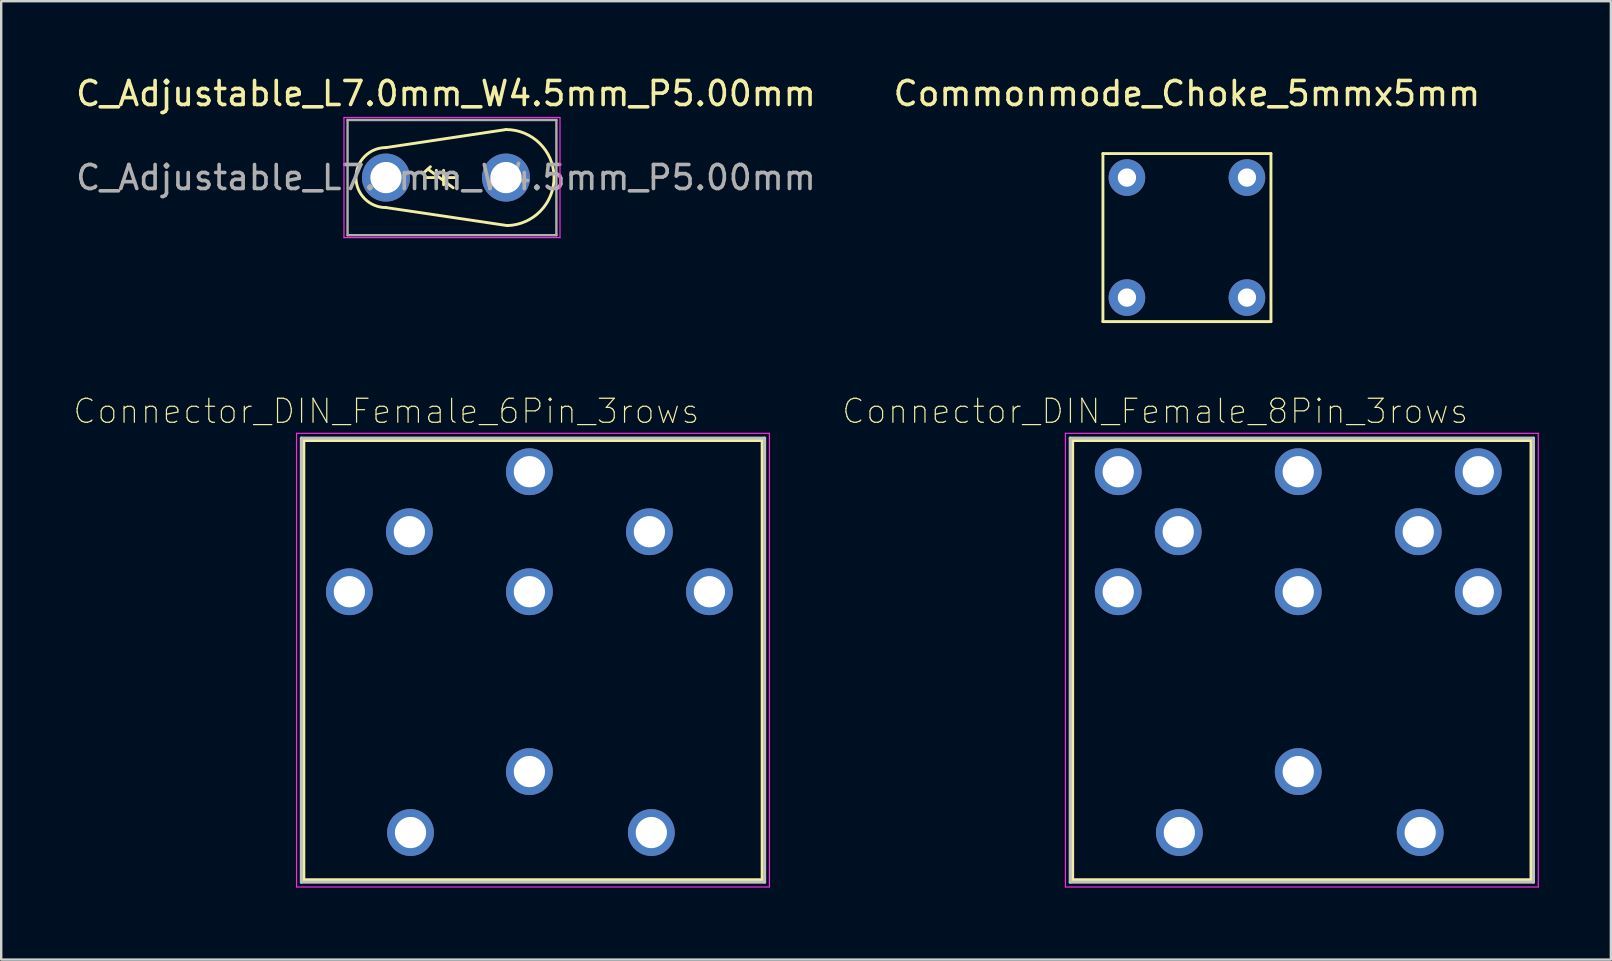
<source format=kicad_pcb>
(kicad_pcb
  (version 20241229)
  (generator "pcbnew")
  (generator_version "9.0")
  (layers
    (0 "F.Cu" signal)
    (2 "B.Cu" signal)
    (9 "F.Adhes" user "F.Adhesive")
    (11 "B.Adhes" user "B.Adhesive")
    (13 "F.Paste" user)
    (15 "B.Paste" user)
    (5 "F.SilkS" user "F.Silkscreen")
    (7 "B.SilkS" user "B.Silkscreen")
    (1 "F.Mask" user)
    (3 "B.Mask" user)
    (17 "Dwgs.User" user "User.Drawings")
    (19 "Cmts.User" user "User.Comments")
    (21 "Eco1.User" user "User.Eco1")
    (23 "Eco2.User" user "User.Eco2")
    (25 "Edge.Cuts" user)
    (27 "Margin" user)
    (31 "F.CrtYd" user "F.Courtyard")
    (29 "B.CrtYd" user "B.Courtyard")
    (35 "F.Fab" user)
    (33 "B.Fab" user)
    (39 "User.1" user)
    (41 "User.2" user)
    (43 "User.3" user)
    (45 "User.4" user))
  (footprint "Commonmode_Choke_5mmx5mm"
    (layer "F.Cu")
    (at 46.399 6.848)
    (property "Reference" "Commonmode_Choke_5mmx5mm" (at 0 -6 0) (layer "F.SilkS") (effects (font (size 1 1) (thickness 0.15))))
    (attr through_hole)
    (fp_line (start -3.5 -3.5) (end 3.5 -3.5) (stroke (width 0.12) (type solid)) (layer "F.SilkS"))
    (fp_line (start -3.5 3.5) (end -3.5 -3.5) (stroke (width 0.12) (type solid)) (layer "F.SilkS"))
    (fp_line (start 3.5 -3.5) (end 3.5 3.5) (stroke (width 0.12) (type solid)) (layer "F.SilkS"))
    (fp_line (start 3.5 3.5) (end -3.5 3.5) (stroke (width 0.12) (type solid)) (layer "F.SilkS"))
    (pad "1" thru_hole circle (at 2.5 -2.5) (size 1.524 1.524) (drill 0.762) (layers "*.Cu" "*.Mask"))
    (pad "2" thru_hole circle (at -2.5 2.5) (size 1.524 1.524) (drill 0.762) (layers "*.Cu" "*.Mask"))
    (pad "3" thru_hole circle (at -2.5 -2.5) (size 1.524 1.524) (drill 0.762) (layers "*.Cu" "*.Mask"))
    (pad "4" thru_hole circle (at 2.5 2.5) (size 1.524 1.524) (drill 0.762) (layers "*.Cu" "*.Mask")))
  (footprint "Connector_DIN_Female_8Pin_3rows"
    (layer "F.Cu")
    (at 51.036 21.602)
    (property "Reference" "Connector_DIN_Female_8Pin_3rows" (at -5.96 -7.52 180) (layer "F.SilkS") (effects (font (size 1.002 1.002) (thickness 0.05))))
    (attr through_hole)
    (fp_line (start -9.4 -6.3) (end -9.4 12) (stroke (width 0.127) (type solid)) (layer "F.SilkS"))
    (fp_line (start -9.4 -6.3) (end 9.7 -6.3) (stroke (width 0.127) (type solid)) (layer "F.SilkS"))
    (fp_line (start -9.4 12) (end 9.7 12) (stroke (width 0.127) (type solid)) (layer "F.SilkS"))
    (fp_line (start 9.7 12) (end 9.7 -6.3) (stroke (width 0.127) (type solid)) (layer "F.SilkS"))
    (fp_line (start -9.5 -6.4) (end -9.5 12.1) (stroke (width 0.127) (type solid)) (layer "Dwgs.User"))
    (fp_line (start -9.5 12.1) (end 9.8 12.1) (stroke (width 0.127) (type solid)) (layer "Dwgs.User"))
    (fp_line (start 9.8 -6.4) (end -9.5 -6.4) (stroke (width 0.127) (type solid)) (layer "Dwgs.User"))
    (fp_line (start 9.8 12.1) (end 9.8 -6.4) (stroke (width 0.127) (type solid)) (layer "Dwgs.User"))
    (fp_line (start -9.7 -6.6) (end 10 -6.6) (stroke (width 0.05) (type solid)) (layer "F.CrtYd"))
    (fp_line (start -9.7 12.3) (end -9.7 -6.6) (stroke (width 0.05) (type solid)) (layer "F.CrtYd"))
    (fp_line (start 10 -6.6) (end 10 12.3) (stroke (width 0.05) (type solid)) (layer "F.CrtYd"))
    (fp_line (start 10 12.3) (end -9.7 12.3) (stroke (width 0.05) (type solid)) (layer "F.CrtYd"))
    (pad "0" thru_hole circle (at -4.953 10.033) (size 1.95 1.95) (drill 1.3) (layers "*.Cu" "*.Mask"))
    (pad "0" thru_hole circle (at 0 7.493) (size 1.95 1.95) (drill 1.3) (layers "*.Cu" "*.Mask"))
    (pad "0" thru_hole circle (at 5.08 10.033) (size 1.95 1.95) (drill 1.3) (layers "*.Cu" "*.Mask"))
    (pad "1" thru_hole circle (at 7.5 0) (size 1.95 1.95) (drill 1.3) (layers "*.Cu" "*.Mask"))
    (pad "2" thru_hole circle (at 0 0) (size 1.95 1.95) (drill 1.3) (layers "*.Cu" "*.Mask"))
    (pad "3" thru_hole circle (at -7.5 0) (size 1.95 1.95) (drill 1.3) (layers "*.Cu" "*.Mask"))
    (pad "4" thru_hole circle (at 5 -2.5) (size 1.95 1.95) (drill 1.3) (layers "*.Cu" "*.Mask"))
    (pad "5" thru_hole circle (at -5 -2.5) (size 1.95 1.95) (drill 1.3) (layers "*.Cu" "*.Mask"))
    (pad "6" thru_hole circle (at 0 -5) (size 1.95 1.95) (drill 1.3) (layers "*.Cu" "*.Mask"))
    (pad "7" thru_hole circle (at 7.5 -5) (size 1.95 1.95) (drill 1.3) (layers "*.Cu" "*.Mask"))
    (pad "8" thru_hole circle (at -7.5 -5) (size 1.95 1.95) (drill 1.3) (layers "*.Cu" "*.Mask")))
  (footprint "Connector_DIN_Female_6Pin_3rows"
    (layer "F.Cu")
    (at 19.005 21.602)
    (property "Reference" "Connector_DIN_Female_6Pin_3rows" (at -5.96 -7.52 180) (layer "F.SilkS") (effects (font (size 1.002 1.002) (thickness 0.05))))
    (attr through_hole)
    (fp_line (start -9.4 -6.3) (end -9.4 12) (stroke (width 0.127) (type solid)) (layer "F.SilkS"))
    (fp_line (start -9.4 -6.3) (end 9.7 -6.3) (stroke (width 0.127) (type solid)) (layer "F.SilkS"))
    (fp_line (start -9.4 12) (end 9.7 12) (stroke (width 0.127) (type solid)) (layer "F.SilkS"))
    (fp_line (start 9.7 12) (end 9.7 -6.3) (stroke (width 0.127) (type solid)) (layer "F.SilkS"))
    (fp_line (start -9.5 -6.4) (end -9.5 12.1) (stroke (width 0.127) (type solid)) (layer "Dwgs.User"))
    (fp_line (start -9.5 12.1) (end 9.8 12.1) (stroke (width 0.127) (type solid)) (layer "Dwgs.User"))
    (fp_line (start 9.8 -6.4) (end -9.5 -6.4) (stroke (width 0.127) (type solid)) (layer "Dwgs.User"))
    (fp_line (start 9.8 12.1) (end 9.8 -6.4) (stroke (width 0.127) (type solid)) (layer "Dwgs.User"))
    (fp_line (start -9.7 -6.6) (end 10 -6.6) (stroke (width 0.05) (type solid)) (layer "F.CrtYd"))
    (fp_line (start -9.7 12.3) (end -9.7 -6.6) (stroke (width 0.05) (type solid)) (layer "F.CrtYd"))
    (fp_line (start 10 -6.6) (end 10 12.3) (stroke (width 0.05) (type solid)) (layer "F.CrtYd"))
    (fp_line (start 10 12.3) (end -9.7 12.3) (stroke (width 0.05) (type solid)) (layer "F.CrtYd"))
    (pad "0" thru_hole circle (at -4.953 10.033) (size 1.95 1.95) (drill 1.3) (layers "*.Cu" "*.Mask"))
    (pad "0" thru_hole circle (at 0 7.493) (size 1.95 1.95) (drill 1.3) (layers "*.Cu" "*.Mask"))
    (pad "0" thru_hole circle (at 5.08 10.033) (size 1.95 1.95) (drill 1.3) (layers "*.Cu" "*.Mask"))
    (pad "1" thru_hole circle (at 7.5 0) (size 1.95 1.95) (drill 1.3) (layers "*.Cu" "*.Mask"))
    (pad "2" thru_hole circle (at 5 -2.5) (size 1.95 1.95) (drill 1.3) (layers "*.Cu" "*.Mask"))
    (pad "3" thru_hole circle (at 0 0) (size 1.95 1.95) (drill 1.3) (layers "*.Cu" "*.Mask"))
    (pad "4" thru_hole circle (at -5 -2.5) (size 1.95 1.95) (drill 1.3) (layers "*.Cu" "*.Mask"))
    (pad "5" thru_hole circle (at -7.5 0) (size 1.95 1.95) (drill 1.3) (layers "*.Cu" "*.Mask"))
    (pad "6" thru_hole circle (at 0 -5) (size 1.95 1.95) (drill 1.3) (layers "*.Cu" "*.Mask")))
  (footprint "C_Adjustable_L7.0mm_W4.5mm_P5.00mm"
    (layer "F.Cu")
    (at 13.03 4.348)
    (property "Reference" "C_Adjustable_L7.0mm_W4.5mm_P5.00mm" (at 2.5 -3.5 0) (layer "F.SilkS") (effects (font (size 1 1) (thickness 0.15))))
    (attr through_hole)
    (fp_line (start 1.575 -0.2) (end 1.85 -0.45) (stroke (width 0.12) (type solid)) (layer "F.SilkS"))
    (fp_line (start 1.625 0) (end 2.1 0) (stroke (width 0.12) (type solid)) (layer "F.SilkS"))
    (fp_line (start 1.75 -0.35) (end 2.8 0.425) (stroke (width 0.12) (type solid)) (layer "F.SilkS"))
    (fp_line (start 2.1 -0.3) (end 2.1 0.3) (stroke (width 0.12) (type solid)) (layer "F.SilkS"))
    (fp_line (start 2.4 0.3) (end 2.4 -0.3) (stroke (width 0.12) (type solid)) (layer "F.SilkS"))
    (fp_line (start 2.875 0) (end 2.4 0) (stroke (width 0.12) (type solid)) (layer "F.SilkS"))
    (fp_line (start 5 -2.001) (end 0 -1.25) (stroke (width 0.12) (type solid)) (layer "F.SilkS"))
    (fp_line (start 5.05 2) (end 0 1.25) (stroke (width 0.12) (type solid)) (layer "F.SilkS"))
    (fp_arc (start 0 1.25) (mid -1.25 0) (end 0 -1.25) (stroke (width 0.12) (type solid)) (layer "F.SilkS"))
    (fp_arc (start 5 -2.000625) (mid 7.000469 -0.025002) (end 5.05 2) (stroke (width 0.12) (type solid)) (layer "F.SilkS"))
    (fp_line (start -1.75 -2.5) (end -1.75 2.5) (stroke (width 0.05) (type solid)) (layer "F.CrtYd"))
    (fp_line (start -1.75 2.5) (end 7.25 2.5) (stroke (width 0.05) (type solid)) (layer "F.CrtYd"))
    (fp_line (start 7.25 -2.5) (end -1.75 -2.5) (stroke (width 0.05) (type solid)) (layer "F.CrtYd"))
    (fp_line (start 7.25 2.5) (end 7.25 -2.5) (stroke (width 0.05) (type solid)) (layer "F.CrtYd"))
    (fp_line (start -1.6 -2.4) (end -1.6 2.4) (stroke (width 0.1) (type solid)) (layer "F.Fab"))
    (fp_line (start -1.6 2.4) (end 7.1 2.4) (stroke (width 0.1) (type solid)) (layer "F.Fab"))
    (fp_line (start 7.1 -2.4) (end -1.6 -2.4) (stroke (width 0.1) (type solid)) (layer "F.Fab"))
    (fp_line (start 7.1 2.4) (end 7.1 -2.4) (stroke (width 0.1) (type solid)) (layer "F.Fab"))
    (fp_text user "${REFERENCE}" (at 2.5 0 0) (layer "F.Fab") (effects (font (size 1 1) (thickness 0.15))))
    (pad "1" thru_hole circle (at 0 0) (size 2 2) (drill 1.3) (layers "*.Cu" "*.Mask"))
    (pad "2" thru_hole circle (at 5 0) (size 2 2) (drill 1.3) (layers "*.Cu" "*.Mask")))
  (gr_rect
    (start -3 -3)
    (end 64.061 36.927)
    (stroke (width 0.1) (type default))
    (fill no)
    (layer "Edge.Cuts")))
</source>
